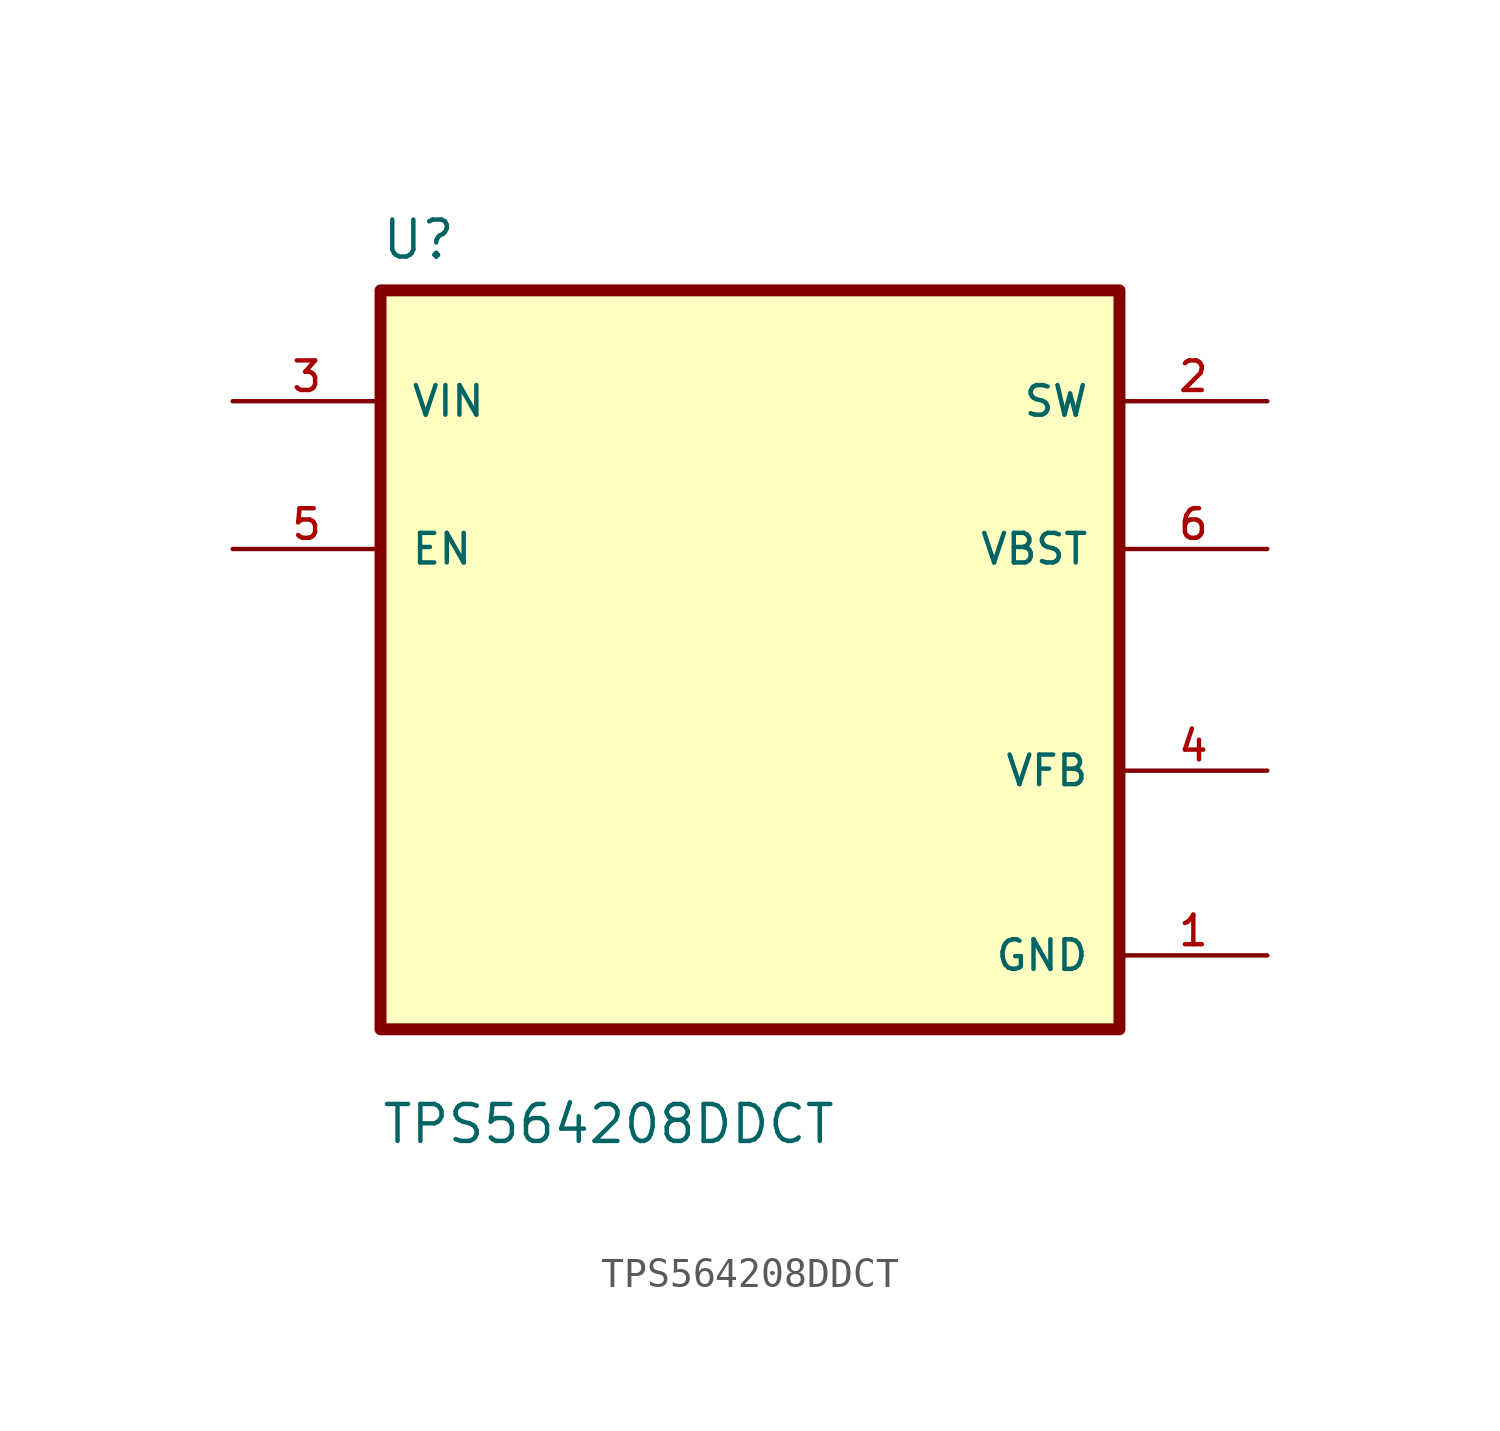
<source format=kicad_sym>
(kicad_symbol_lib
  (version 20220914)
  (generator kicad_symbol_editor)
  (symbol "TPS564208DDCT"
    (pin_names
      (offset 1.016))
    (property "Reference" "U"
      (at -12.7 13.7 0)
      (effects (font (size 1.27 1.27)) (justify left bottom)))
    (property "Value" "TPS564208DDCT"
      (at -12.7 -16.7 0)
      (effects (font (size 1.27 1.27)) (justify left bottom)))
    (symbol "TPS564208DDCT_0_0"
      (rectangle (start -12.7 12.7) (end 12.7 -12.7) (stroke (width 0.41) (type default)) (fill (type background)))
      (pin power_in line (at 17.78 -10.16 180) (length 5.08) (name "GND" (effects (font (size 1.016 1.016)))) (number "1" (effects (font (size 1.016 1.016)))))
      (pin input line (at -17.78 8.89 0) (length 5.08) (name "VIN" (effects (font (size 1.016 1.016)))) (number "3" (effects (font (size 1.016 1.016)))))
      (pin input line (at -17.78 3.81 0) (length 5.08) (name "EN" (effects (font (size 1.016 1.016)))) (number "5" (effects (font (size 1.016 1.016))))))
    (symbol "TPS564208DDCT_1_0"
      (pin bidirectional line (at 17.78 8.89 180) (length 5.08) (name "SW" (effects (font (size 1.016 1.016)))) (number "2" (effects (font (size 1.016 1.016)))))
      (pin input line (at 17.78 -3.81 180) (length 5.08) (name "VFB" (effects (font (size 1.016 1.016)))) (number "4" (effects (font (size 1.016 1.016)))))
      (pin input line (at 17.78 3.81 180) (length 5.08) (name "VBST" (effects (font (size 1.016 1.016)))) (number "6" (effects (font (size 1.016 1.016))))))))
</source>
